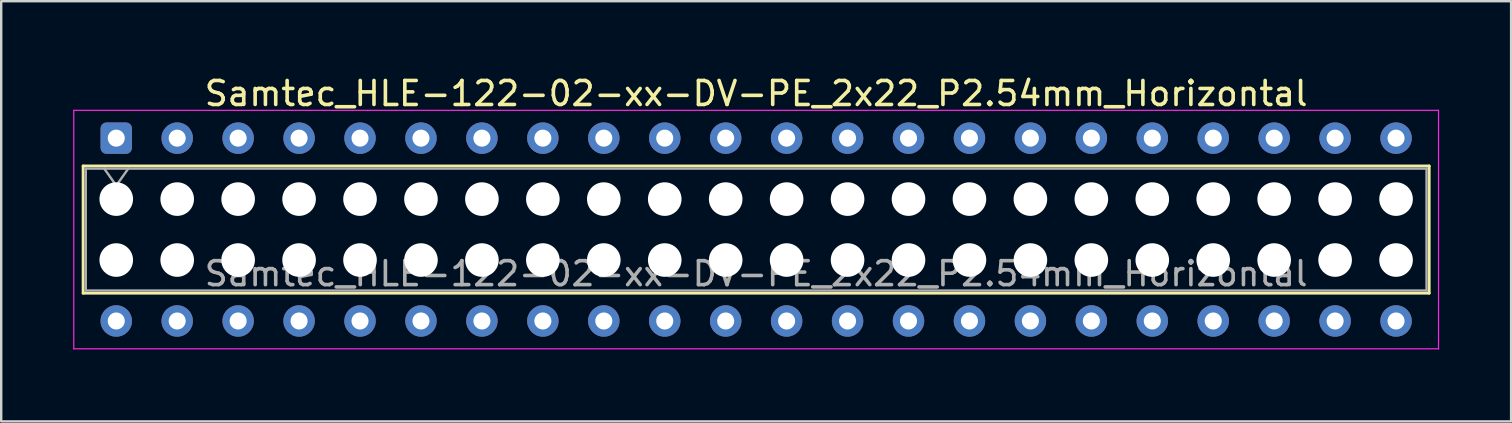
<source format=kicad_pcb>
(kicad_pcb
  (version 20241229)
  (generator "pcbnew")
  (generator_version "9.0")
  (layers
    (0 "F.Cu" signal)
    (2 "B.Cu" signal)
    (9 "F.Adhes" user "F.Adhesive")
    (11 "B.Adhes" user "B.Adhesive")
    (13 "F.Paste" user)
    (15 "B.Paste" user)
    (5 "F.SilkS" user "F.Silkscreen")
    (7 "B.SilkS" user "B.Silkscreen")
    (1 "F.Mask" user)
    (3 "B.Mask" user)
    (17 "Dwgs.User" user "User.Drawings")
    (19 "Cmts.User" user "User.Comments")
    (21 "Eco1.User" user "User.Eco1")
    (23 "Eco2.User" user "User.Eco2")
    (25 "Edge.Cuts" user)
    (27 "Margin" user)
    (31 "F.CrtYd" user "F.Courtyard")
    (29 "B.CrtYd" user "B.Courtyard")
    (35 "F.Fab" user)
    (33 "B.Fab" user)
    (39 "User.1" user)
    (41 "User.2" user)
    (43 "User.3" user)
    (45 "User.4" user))
  (footprint "Samtec_HLE-122-02-xx-DV-PE_2x22_P2.54mm_Horizontal"
    (layer "F.Cu")
    (at 1.795 2.708)
    (property "Reference" "Samtec_HLE-122-02-xx-DV-PE_2x22_P2.54mm_Horizontal" (at 26.67 -1.86 0) (layer "F.SilkS") (effects (font (size 1 1) (thickness 0.15))))
    (attr through_hole)
    (fp_line (start -1.38 1.16) (end 54.72 1.16) (stroke (width 0.12) (type solid)) (layer "F.SilkS"))
    (fp_line (start -1.38 6.46) (end -1.38 1.16) (stroke (width 0.12) (type solid)) (layer "F.SilkS"))
    (fp_line (start 54.72 1.16) (end 54.72 6.46) (stroke (width 0.12) (type solid)) (layer "F.SilkS"))
    (fp_line (start 54.72 6.46) (end -1.38 6.46) (stroke (width 0.12) (type solid)) (layer "F.SilkS"))
    (fp_line (start -1.77 -1.16) (end 55.11 -1.16) (stroke (width 0.05) (type solid)) (layer "F.CrtYd"))
    (fp_line (start -1.77 8.78) (end -1.77 -1.16) (stroke (width 0.05) (type solid)) (layer "F.CrtYd"))
    (fp_line (start 55.11 -1.16) (end 55.11 8.78) (stroke (width 0.05) (type solid)) (layer "F.CrtYd"))
    (fp_line (start 55.11 8.78) (end -1.77 8.78) (stroke (width 0.05) (type solid)) (layer "F.CrtYd"))
    (fp_line (start -1.27 1.27) (end 54.61 1.27) (stroke (width 0.1) (type solid)) (layer "F.Fab"))
    (fp_line (start -1.27 6.35) (end -1.27 1.27) (stroke (width 0.1) (type solid)) (layer "F.Fab"))
    (fp_line (start -0.5 1.27) (end 0 1.977) (stroke (width 0.1) (type solid)) (layer "F.Fab"))
    (fp_line (start 0 1.977) (end 0.5 1.27) (stroke (width 0.1) (type solid)) (layer "F.Fab"))
    (fp_line (start 54.61 1.27) (end 54.61 6.35) (stroke (width 0.1) (type solid)) (layer "F.Fab"))
    (fp_line (start 54.61 6.35) (end -1.27 6.35) (stroke (width 0.1) (type solid)) (layer "F.Fab"))
    (fp_text user "${REFERENCE}" (at 26.67 5.65 0) (layer "F.Fab") (effects (font (size 1 1) (thickness 0.15))))
    (pad "" np_thru_hole circle (at 0 2.54) (size 1.4 1.4) (drill 1.4) (layers "*.Cu" "*.Mask"))
    (pad "" np_thru_hole circle (at 0 5.08) (size 1.4 1.4) (drill 1.4) (layers "*.Cu" "*.Mask"))
    (pad "" np_thru_hole circle (at 2.54 2.54) (size 1.4 1.4) (drill 1.4) (layers "*.Cu" "*.Mask"))
    (pad "" np_thru_hole circle (at 2.54 5.08) (size 1.4 1.4) (drill 1.4) (layers "*.Cu" "*.Mask"))
    (pad "" np_thru_hole circle (at 5.08 2.54) (size 1.4 1.4) (drill 1.4) (layers "*.Cu" "*.Mask"))
    (pad "" np_thru_hole circle (at 5.08 5.08) (size 1.4 1.4) (drill 1.4) (layers "*.Cu" "*.Mask"))
    (pad "" np_thru_hole circle (at 7.62 2.54) (size 1.4 1.4) (drill 1.4) (layers "*.Cu" "*.Mask"))
    (pad "" np_thru_hole circle (at 7.62 5.08) (size 1.4 1.4) (drill 1.4) (layers "*.Cu" "*.Mask"))
    (pad "" np_thru_hole circle (at 10.16 2.54) (size 1.4 1.4) (drill 1.4) (layers "*.Cu" "*.Mask"))
    (pad "" np_thru_hole circle (at 10.16 5.08) (size 1.4 1.4) (drill 1.4) (layers "*.Cu" "*.Mask"))
    (pad "" np_thru_hole circle (at 12.7 2.54) (size 1.4 1.4) (drill 1.4) (layers "*.Cu" "*.Mask"))
    (pad "" np_thru_hole circle (at 12.7 5.08) (size 1.4 1.4) (drill 1.4) (layers "*.Cu" "*.Mask"))
    (pad "" np_thru_hole circle (at 15.24 2.54) (size 1.4 1.4) (drill 1.4) (layers "*.Cu" "*.Mask"))
    (pad "" np_thru_hole circle (at 15.24 5.08) (size 1.4 1.4) (drill 1.4) (layers "*.Cu" "*.Mask"))
    (pad "" np_thru_hole circle (at 17.78 2.54) (size 1.4 1.4) (drill 1.4) (layers "*.Cu" "*.Mask"))
    (pad "" np_thru_hole circle (at 17.78 5.08) (size 1.4 1.4) (drill 1.4) (layers "*.Cu" "*.Mask"))
    (pad "" np_thru_hole circle (at 20.32 2.54) (size 1.4 1.4) (drill 1.4) (layers "*.Cu" "*.Mask"))
    (pad "" np_thru_hole circle (at 20.32 5.08) (size 1.4 1.4) (drill 1.4) (layers "*.Cu" "*.Mask"))
    (pad "" np_thru_hole circle (at 22.86 2.54) (size 1.4 1.4) (drill 1.4) (layers "*.Cu" "*.Mask"))
    (pad "" np_thru_hole circle (at 22.86 5.08) (size 1.4 1.4) (drill 1.4) (layers "*.Cu" "*.Mask"))
    (pad "" np_thru_hole circle (at 25.4 2.54) (size 1.4 1.4) (drill 1.4) (layers "*.Cu" "*.Mask"))
    (pad "" np_thru_hole circle (at 25.4 5.08) (size 1.4 1.4) (drill 1.4) (layers "*.Cu" "*.Mask"))
    (pad "" np_thru_hole circle (at 27.94 2.54) (size 1.4 1.4) (drill 1.4) (layers "*.Cu" "*.Mask"))
    (pad "" np_thru_hole circle (at 27.94 5.08) (size 1.4 1.4) (drill 1.4) (layers "*.Cu" "*.Mask"))
    (pad "" np_thru_hole circle (at 30.48 2.54) (size 1.4 1.4) (drill 1.4) (layers "*.Cu" "*.Mask"))
    (pad "" np_thru_hole circle (at 30.48 5.08) (size 1.4 1.4) (drill 1.4) (layers "*.Cu" "*.Mask"))
    (pad "" np_thru_hole circle (at 33.02 2.54) (size 1.4 1.4) (drill 1.4) (layers "*.Cu" "*.Mask"))
    (pad "" np_thru_hole circle (at 33.02 5.08) (size 1.4 1.4) (drill 1.4) (layers "*.Cu" "*.Mask"))
    (pad "" np_thru_hole circle (at 35.56 2.54) (size 1.4 1.4) (drill 1.4) (layers "*.Cu" "*.Mask"))
    (pad "" np_thru_hole circle (at 35.56 5.08) (size 1.4 1.4) (drill 1.4) (layers "*.Cu" "*.Mask"))
    (pad "" np_thru_hole circle (at 38.1 2.54) (size 1.4 1.4) (drill 1.4) (layers "*.Cu" "*.Mask"))
    (pad "" np_thru_hole circle (at 38.1 5.08) (size 1.4 1.4) (drill 1.4) (layers "*.Cu" "*.Mask"))
    (pad "" np_thru_hole circle (at 40.64 2.54) (size 1.4 1.4) (drill 1.4) (layers "*.Cu" "*.Mask"))
    (pad "" np_thru_hole circle (at 40.64 5.08) (size 1.4 1.4) (drill 1.4) (layers "*.Cu" "*.Mask"))
    (pad "" np_thru_hole circle (at 43.18 2.54) (size 1.4 1.4) (drill 1.4) (layers "*.Cu" "*.Mask"))
    (pad "" np_thru_hole circle (at 43.18 5.08) (size 1.4 1.4) (drill 1.4) (layers "*.Cu" "*.Mask"))
    (pad "" np_thru_hole circle (at 45.72 2.54) (size 1.4 1.4) (drill 1.4) (layers "*.Cu" "*.Mask"))
    (pad "" np_thru_hole circle (at 45.72 5.08) (size 1.4 1.4) (drill 1.4) (layers "*.Cu" "*.Mask"))
    (pad "" np_thru_hole circle (at 48.26 2.54) (size 1.4 1.4) (drill 1.4) (layers "*.Cu" "*.Mask"))
    (pad "" np_thru_hole circle (at 48.26 5.08) (size 1.4 1.4) (drill 1.4) (layers "*.Cu" "*.Mask"))
    (pad "" np_thru_hole circle (at 50.8 2.54) (size 1.4 1.4) (drill 1.4) (layers "*.Cu" "*.Mask"))
    (pad "" np_thru_hole circle (at 50.8 5.08) (size 1.4 1.4) (drill 1.4) (layers "*.Cu" "*.Mask"))
    (pad "" np_thru_hole circle (at 53.34 2.54) (size 1.4 1.4) (drill 1.4) (layers "*.Cu" "*.Mask"))
    (pad "" np_thru_hole circle (at 53.34 5.08) (size 1.4 1.4) (drill 1.4) (layers "*.Cu" "*.Mask"))
    (pad "1" thru_hole roundrect (at 0 0) (size 1.31 1.31) (drill 0.71) (layers "*.Cu" "*.Mask") (roundrect_rratio 0.191))
    (pad "2" thru_hole circle (at 0 7.62) (size 1.31 1.31) (drill 0.71) (layers "*.Cu" "*.Mask"))
    (pad "3" thru_hole circle (at 2.54 0) (size 1.31 1.31) (drill 0.71) (layers "*.Cu" "*.Mask"))
    (pad "4" thru_hole circle (at 2.54 7.62) (size 1.31 1.31) (drill 0.71) (layers "*.Cu" "*.Mask"))
    (pad "5" thru_hole circle (at 5.08 0) (size 1.31 1.31) (drill 0.71) (layers "*.Cu" "*.Mask"))
    (pad "6" thru_hole circle (at 5.08 7.62) (size 1.31 1.31) (drill 0.71) (layers "*.Cu" "*.Mask"))
    (pad "7" thru_hole circle (at 7.62 0) (size 1.31 1.31) (drill 0.71) (layers "*.Cu" "*.Mask"))
    (pad "8" thru_hole circle (at 7.62 7.62) (size 1.31 1.31) (drill 0.71) (layers "*.Cu" "*.Mask"))
    (pad "9" thru_hole circle (at 10.16 0) (size 1.31 1.31) (drill 0.71) (layers "*.Cu" "*.Mask"))
    (pad "10" thru_hole circle (at 10.16 7.62) (size 1.31 1.31) (drill 0.71) (layers "*.Cu" "*.Mask"))
    (pad "11" thru_hole circle (at 12.7 0) (size 1.31 1.31) (drill 0.71) (layers "*.Cu" "*.Mask"))
    (pad "12" thru_hole circle (at 12.7 7.62) (size 1.31 1.31) (drill 0.71) (layers "*.Cu" "*.Mask"))
    (pad "13" thru_hole circle (at 15.24 0) (size 1.31 1.31) (drill 0.71) (layers "*.Cu" "*.Mask"))
    (pad "14" thru_hole circle (at 15.24 7.62) (size 1.31 1.31) (drill 0.71) (layers "*.Cu" "*.Mask"))
    (pad "15" thru_hole circle (at 17.78 0) (size 1.31 1.31) (drill 0.71) (layers "*.Cu" "*.Mask"))
    (pad "16" thru_hole circle (at 17.78 7.62) (size 1.31 1.31) (drill 0.71) (layers "*.Cu" "*.Mask"))
    (pad "17" thru_hole circle (at 20.32 0) (size 1.31 1.31) (drill 0.71) (layers "*.Cu" "*.Mask"))
    (pad "18" thru_hole circle (at 20.32 7.62) (size 1.31 1.31) (drill 0.71) (layers "*.Cu" "*.Mask"))
    (pad "19" thru_hole circle (at 22.86 0) (size 1.31 1.31) (drill 0.71) (layers "*.Cu" "*.Mask"))
    (pad "20" thru_hole circle (at 22.86 7.62) (size 1.31 1.31) (drill 0.71) (layers "*.Cu" "*.Mask"))
    (pad "21" thru_hole circle (at 25.4 0) (size 1.31 1.31) (drill 0.71) (layers "*.Cu" "*.Mask"))
    (pad "22" thru_hole circle (at 25.4 7.62) (size 1.31 1.31) (drill 0.71) (layers "*.Cu" "*.Mask"))
    (pad "23" thru_hole circle (at 27.94 0) (size 1.31 1.31) (drill 0.71) (layers "*.Cu" "*.Mask"))
    (pad "24" thru_hole circle (at 27.94 7.62) (size 1.31 1.31) (drill 0.71) (layers "*.Cu" "*.Mask"))
    (pad "25" thru_hole circle (at 30.48 0) (size 1.31 1.31) (drill 0.71) (layers "*.Cu" "*.Mask"))
    (pad "26" thru_hole circle (at 30.48 7.62) (size 1.31 1.31) (drill 0.71) (layers "*.Cu" "*.Mask"))
    (pad "27" thru_hole circle (at 33.02 0) (size 1.31 1.31) (drill 0.71) (layers "*.Cu" "*.Mask"))
    (pad "28" thru_hole circle (at 33.02 7.62) (size 1.31 1.31) (drill 0.71) (layers "*.Cu" "*.Mask"))
    (pad "29" thru_hole circle (at 35.56 0) (size 1.31 1.31) (drill 0.71) (layers "*.Cu" "*.Mask"))
    (pad "30" thru_hole circle (at 35.56 7.62) (size 1.31 1.31) (drill 0.71) (layers "*.Cu" "*.Mask"))
    (pad "31" thru_hole circle (at 38.1 0) (size 1.31 1.31) (drill 0.71) (layers "*.Cu" "*.Mask"))
    (pad "32" thru_hole circle (at 38.1 7.62) (size 1.31 1.31) (drill 0.71) (layers "*.Cu" "*.Mask"))
    (pad "33" thru_hole circle (at 40.64 0) (size 1.31 1.31) (drill 0.71) (layers "*.Cu" "*.Mask"))
    (pad "34" thru_hole circle (at 40.64 7.62) (size 1.31 1.31) (drill 0.71) (layers "*.Cu" "*.Mask"))
    (pad "35" thru_hole circle (at 43.18 0) (size 1.31 1.31) (drill 0.71) (layers "*.Cu" "*.Mask"))
    (pad "36" thru_hole circle (at 43.18 7.62) (size 1.31 1.31) (drill 0.71) (layers "*.Cu" "*.Mask"))
    (pad "37" thru_hole circle (at 45.72 0) (size 1.31 1.31) (drill 0.71) (layers "*.Cu" "*.Mask"))
    (pad "38" thru_hole circle (at 45.72 7.62) (size 1.31 1.31) (drill 0.71) (layers "*.Cu" "*.Mask"))
    (pad "39" thru_hole circle (at 48.26 0) (size 1.31 1.31) (drill 0.71) (layers "*.Cu" "*.Mask"))
    (pad "40" thru_hole circle (at 48.26 7.62) (size 1.31 1.31) (drill 0.71) (layers "*.Cu" "*.Mask"))
    (pad "41" thru_hole circle (at 50.8 0) (size 1.31 1.31) (drill 0.71) (layers "*.Cu" "*.Mask"))
    (pad "42" thru_hole circle (at 50.8 7.62) (size 1.31 1.31) (drill 0.71) (layers "*.Cu" "*.Mask"))
    (pad "43" thru_hole circle (at 53.34 0) (size 1.31 1.31) (drill 0.71) (layers "*.Cu" "*.Mask"))
    (pad "44" thru_hole circle (at 53.34 7.62) (size 1.31 1.31) (drill 0.71) (layers "*.Cu" "*.Mask")))
  (gr_rect
    (start -3 -3)
    (end 59.93 14.513)
    (stroke (width 0.1) (type default))
    (fill no)
    (layer "Edge.Cuts")))
</source>
